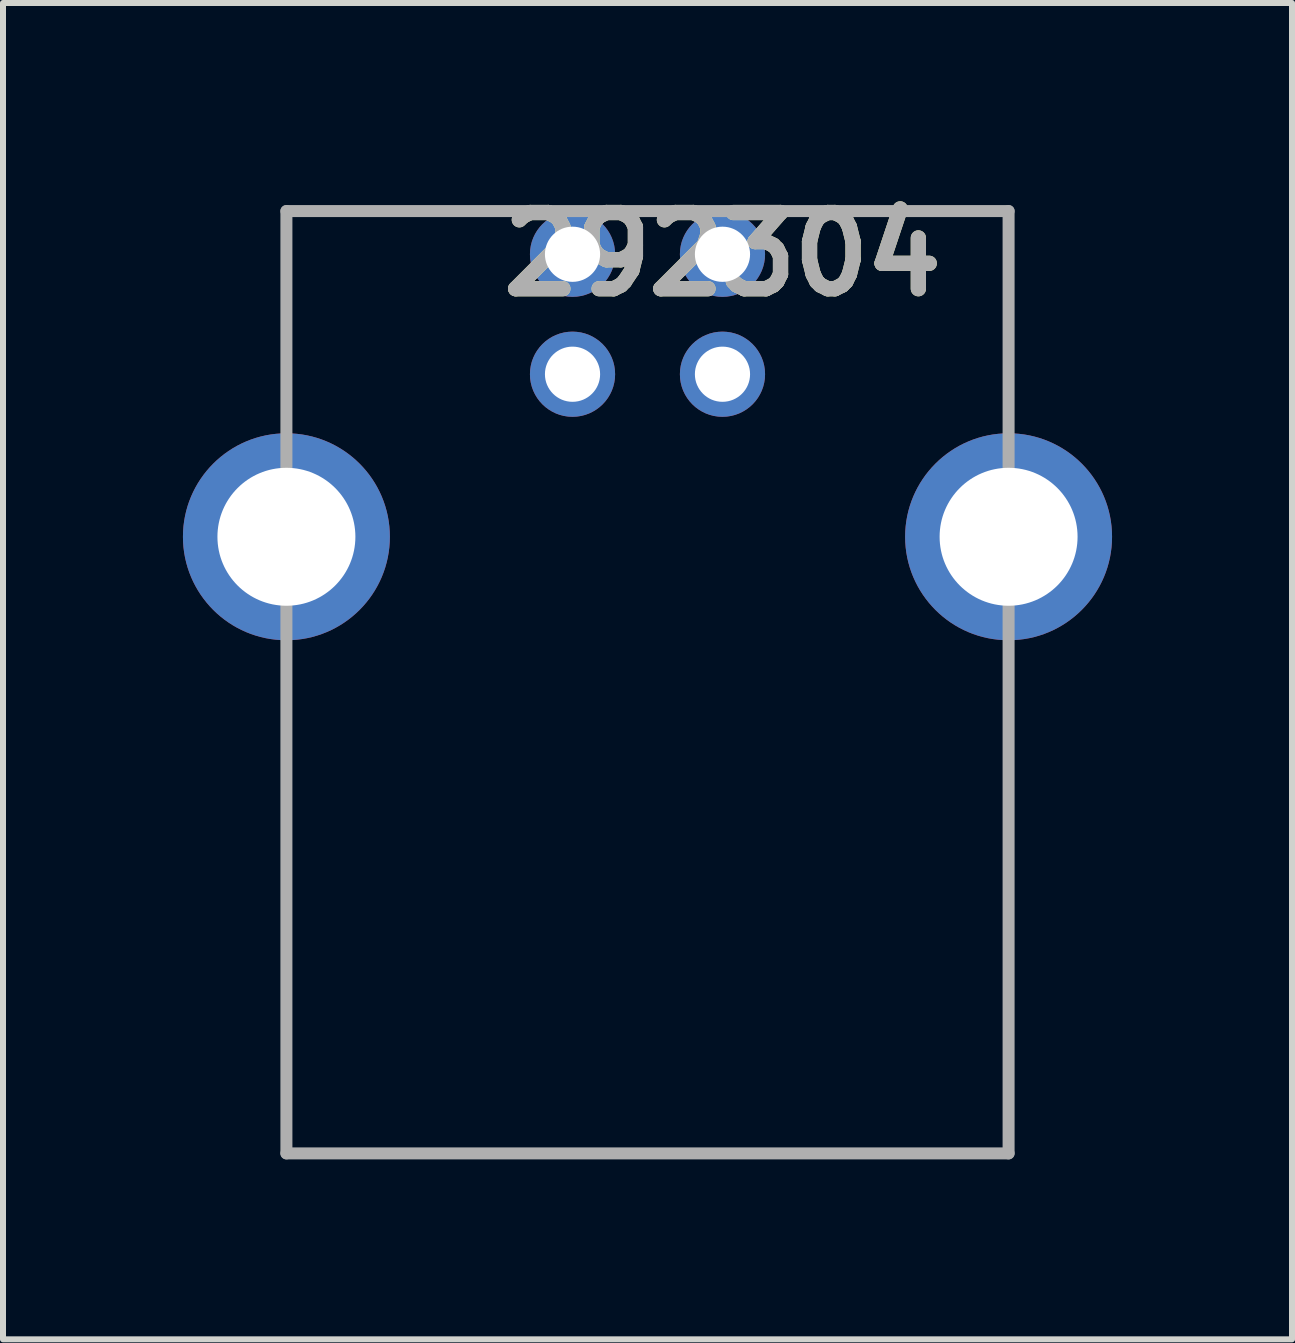
<source format=kicad_pcb>
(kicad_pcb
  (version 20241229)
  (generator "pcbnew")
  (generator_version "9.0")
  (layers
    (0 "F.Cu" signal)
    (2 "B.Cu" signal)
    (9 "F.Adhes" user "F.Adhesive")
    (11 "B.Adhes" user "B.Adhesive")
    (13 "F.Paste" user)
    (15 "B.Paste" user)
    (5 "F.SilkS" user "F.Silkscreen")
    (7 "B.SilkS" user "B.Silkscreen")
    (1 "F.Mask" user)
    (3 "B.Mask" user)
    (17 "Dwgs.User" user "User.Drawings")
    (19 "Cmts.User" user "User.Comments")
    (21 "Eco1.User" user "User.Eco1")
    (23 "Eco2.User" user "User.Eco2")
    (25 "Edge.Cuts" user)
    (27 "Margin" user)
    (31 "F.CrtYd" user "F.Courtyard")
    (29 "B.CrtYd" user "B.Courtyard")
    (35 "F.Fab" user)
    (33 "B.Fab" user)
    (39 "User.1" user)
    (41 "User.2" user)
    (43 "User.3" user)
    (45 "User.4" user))
  (footprint "292304"
    (layer "F.Cu")
    (at 7.745 5.899)
    (property "Reference" "292304" (at 1.25 -4.71 0) (layer "F.SilkS") (effects (font (size 1.27 1.27) (thickness 0.254))))
    (attr through_hole)
    (fp_line (start -6.02 -5.43) (end -6.02 -2.2) (stroke (width 0.1) (type solid)) (layer "F.SilkS"))
    (fp_line (start -6.02 -5.43) (end -2 -5.43) (stroke (width 0.1) (type solid)) (layer "F.SilkS"))
    (fp_line (start -6.02 10.28) (end -6.02 2.2) (stroke (width 0.1) (type solid)) (layer "F.SilkS"))
    (fp_line (start -6.02 10.28) (end 6.02 10.28) (stroke (width 0.1) (type solid)) (layer "F.SilkS"))
    (fp_line (start 6.02 -5.43) (end 2 -5.43) (stroke (width 0.1) (type solid)) (layer "F.SilkS"))
    (fp_line (start 6.02 -5.43) (end 6.02 -2.2) (stroke (width 0.1) (type solid)) (layer "F.SilkS"))
    (fp_line (start 6.02 10.28) (end 6.02 2.2) (stroke (width 0.1) (type solid)) (layer "F.SilkS"))
    (fp_line (start -6.02 -5.43) (end -6.02 10.28) (stroke (width 0.2) (type solid)) (layer "F.Fab"))
    (fp_line (start -6.02 10.28) (end 6.02 10.28) (stroke (width 0.2) (type solid)) (layer "F.Fab"))
    (fp_line (start 6.02 -5.43) (end -6.02 -5.43) (stroke (width 0.2) (type solid)) (layer "F.Fab"))
    (fp_line (start 6.02 10.28) (end 6.02 -5.43) (stroke (width 0.2) (type solid)) (layer "F.Fab"))
    (fp_text user "${REFERENCE}" (at 1.25 -4.71 0) (layer "F.Fab") (effects (font (size 1.27 1.27) (thickness 0.254))))
    (pad "1" thru_hole circle (at 1.25 -4.71) (size 1.42 1.42) (drill 0.92) (layers "*.Cu" "*.Mask"))
    (pad "2" thru_hole circle (at -1.25 -4.71) (size 1.42 1.42) (drill 0.92) (layers "*.Cu" "*.Mask"))
    (pad "3" thru_hole circle (at -1.25 -2.71) (size 1.42 1.42) (drill 0.92) (layers "*.Cu" "*.Mask"))
    (pad "4" thru_hole circle (at 1.25 -2.71) (size 1.42 1.42) (drill 0.92) (layers "*.Cu" "*.Mask"))
    (pad "5" thru_hole circle (at 6.02 0) (size 3.45 3.45) (drill 2.3) (layers "*.Cu" "*.Mask"))
    (pad "6" thru_hole circle (at -6.02 0) (size 3.45 3.45) (drill 2.3) (layers "*.Cu" "*.Mask")))
  (gr_rect
    (start -3 -3)
    (end 18.49 19.279)
    (stroke (width 0.1) (type default))
    (fill no)
    (layer "Edge.Cuts")))
</source>
